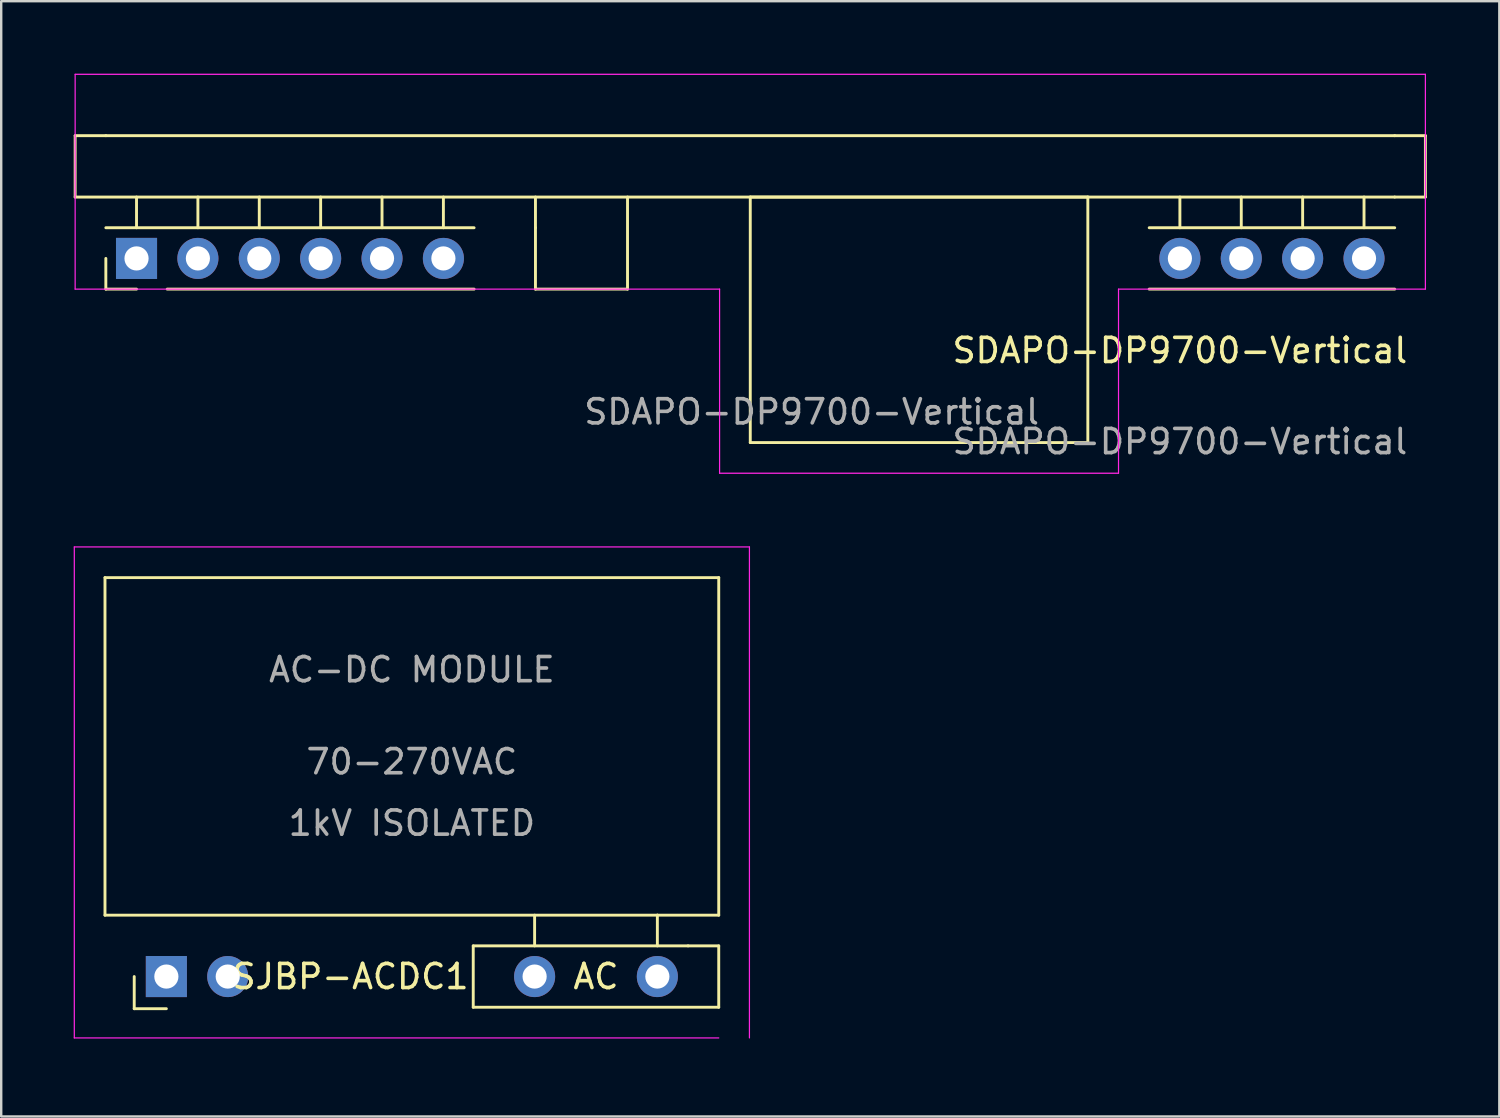
<source format=kicad_pcb>
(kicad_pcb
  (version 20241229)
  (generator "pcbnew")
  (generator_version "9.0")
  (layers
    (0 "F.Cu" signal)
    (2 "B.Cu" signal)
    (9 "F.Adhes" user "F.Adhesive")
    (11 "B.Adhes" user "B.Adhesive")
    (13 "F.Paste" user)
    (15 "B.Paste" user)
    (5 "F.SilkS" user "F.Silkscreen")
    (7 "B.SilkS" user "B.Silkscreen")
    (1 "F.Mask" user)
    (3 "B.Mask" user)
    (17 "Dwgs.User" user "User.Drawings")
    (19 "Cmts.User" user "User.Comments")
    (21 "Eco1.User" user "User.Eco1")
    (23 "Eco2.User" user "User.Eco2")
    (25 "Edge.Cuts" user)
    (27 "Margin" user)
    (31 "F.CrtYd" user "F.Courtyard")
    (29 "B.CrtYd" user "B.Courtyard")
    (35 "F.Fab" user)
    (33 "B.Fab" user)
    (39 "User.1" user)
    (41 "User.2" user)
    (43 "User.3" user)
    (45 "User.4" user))
  (footprint "SJBP-ACDC1"
    (layer "F.Cu")
    (at 15.265 39.905)
    (property "Reference" "SJBP-ACDC1" (at -3.81 -2.54 0) (unlocked yes) (layer "F.SilkS") (effects (font (size 1 1) (thickness 0.15))))
    (fp_line (start -13.97 -19.05) (end 11.43 -19.05) (stroke (width 0.12) (type solid)) (layer "F.SilkS"))
    (fp_line (start -13.97 -5.08) (end -13.97 -19.05) (stroke (width 0.12) (type solid)) (layer "F.SilkS"))
    (fp_line (start -12.76 -1.21) (end -12.76 -2.54) (stroke (width 0.12) (type solid)) (layer "F.SilkS"))
    (fp_line (start -11.43 -1.21) (end -12.76 -1.21) (stroke (width 0.12) (type solid)) (layer "F.SilkS"))
    (fp_line (start 1.27 -3.81) (end 1.27 -1.27) (stroke (width 0.12) (type solid)) (layer "F.SilkS"))
    (fp_line (start 1.27 -1.27) (end 11.43 -1.27) (stroke (width 0.12) (type solid)) (layer "F.SilkS"))
    (fp_line (start 3.81 -3.81) (end 3.81 -5.08) (stroke (width 0.12) (type solid)) (layer "F.SilkS"))
    (fp_line (start 8.89 -5.08) (end -13.97 -5.08) (stroke (width 0.12) (type solid)) (layer "F.SilkS"))
    (fp_line (start 8.89 -3.81) (end 8.89 -5.08) (stroke (width 0.12) (type solid)) (layer "F.SilkS"))
    (fp_line (start 10.16 -3.81) (end 1.27 -3.81) (stroke (width 0.12) (type solid)) (layer "F.SilkS"))
    (fp_line (start 11.43 -19.05) (end 11.43 -5.08) (stroke (width 0.12) (type solid)) (layer "F.SilkS"))
    (fp_line (start 11.43 -5.08) (end 8.89 -5.08) (stroke (width 0.12) (type solid)) (layer "F.SilkS"))
    (fp_line (start 11.43 -3.81) (end 10.16 -3.81) (stroke (width 0.12) (type solid)) (layer "F.SilkS"))
    (fp_line (start 11.43 -1.27) (end 11.43 -3.81) (stroke (width 0.12) (type solid)) (layer "F.SilkS"))
    (fp_line (start -15.24 -20.32) (end -15.24 0) (stroke (width 0.05) (type solid)) (layer "F.CrtYd"))
    (fp_line (start -15.24 -20.32) (end 12.7 -20.32) (stroke (width 0.05) (type solid)) (layer "F.CrtYd"))
    (fp_line (start -15.24 0) (end 11.43 0) (stroke (width 0.05) (type solid)) (layer "F.CrtYd"))
    (fp_line (start 12.7 -20.32) (end 12.7 0) (stroke (width 0.05) (type solid)) (layer "F.CrtYd"))
    (fp_text user "AC" (at 6.35 -2.54 0) (unlocked yes) (layer "F.SilkS") (effects (font (size 1 1) (thickness 0.15))))
    (fp_text user "70-270VAC" (at -1.27 -11.43 0) (unlocked yes) (layer "F.Fab") (effects (font (size 1 1) (thickness 0.15))))
    (fp_text user "1kV ISOLATED" (at -1.27 -8.89 0) (unlocked yes) (layer "F.Fab") (effects (font (size 1 1) (thickness 0.15))))
    (fp_text user "AC-DC MODULE" (at -1.27 -15.24 0) (unlocked yes) (layer "F.Fab") (effects (font (size 1 1) (thickness 0.15))))
    (pad "1" thru_hole rect (at -11.43 -2.54 90) (size 1.7 1.7) (drill 1) (layers "*.Cu" "*.Mask"))
    (pad "2" thru_hole oval (at -8.89 -2.54 90) (size 1.7 1.7) (drill 1) (layers "*.Cu" "*.Mask"))
    (pad "4" thru_hole oval (at 3.81 -2.54 90) (size 1.7 1.7) (drill 1) (layers "*.Cu" "*.Mask"))
    (pad "4" thru_hole oval (at 8.89 -2.54 90) (size 1.7 1.7) (drill 1) (layers "*.Cu" "*.Mask"))
    (zone (net_name "") (layer "F.Cu") (name "KEEPOUT") (hatch edge 0.508) (connect_pads) (min_thickness 0.254) (filled_areas_thickness no) (keepout (tracks allowed) (vias not_allowed) (pads not_allowed) (copperpour not_allowed) (footprints not_allowed)) (placement (enabled no)) (fill) (polygon (pts (xy 26.695 34.825) (xy 7.645 34.825) (xy 7.645 32.285) (xy 3.835 32.285) (xy 3.835 24.665) (xy 1.295 24.665) (xy 1.295 20.855) (xy 26.695 20.855)))))
  (footprint "SDAPO-DP9700-Vertical"
    (layer "F.Cu")
    (at 28 12.725)
    (property "Reference" "SDAPO-DP9700-Vertical" (at 17.78 -1.27 0) (unlocked yes) (layer "F.SilkS") (effects (font (size 1 1) (thickness 0.15))))
    (fp_line (start -27.94 -10.16) (end -27.94 -7.62) (stroke (width 0.12) (type solid)) (layer "F.SilkS"))
    (fp_line (start -27.94 -7.62) (end 26.67 -7.62) (stroke (width 0.12) (type solid)) (layer "F.SilkS"))
    (fp_line (start -26.67 -10.16) (end -27.94 -10.16) (stroke (width 0.12) (type solid)) (layer "F.SilkS"))
    (fp_line (start -26.67 -3.81) (end -26.67 -5.08) (stroke (width 0.12) (type solid)) (layer "F.SilkS"))
    (fp_line (start -25.4 -6.35) (end -25.4 -7.62) (stroke (width 0.12) (type solid)) (layer "F.SilkS"))
    (fp_line (start -25.4 -3.81) (end -26.67 -3.81) (stroke (width 0.12) (type solid)) (layer "F.SilkS"))
    (fp_line (start -22.86 -6.35) (end -22.86 -7.62) (stroke (width 0.12) (type solid)) (layer "F.SilkS"))
    (fp_line (start -20.32 -6.35) (end -20.32 -7.62) (stroke (width 0.12) (type solid)) (layer "F.SilkS"))
    (fp_line (start -17.78 -6.35) (end -17.78 -7.62) (stroke (width 0.12) (type solid)) (layer "F.SilkS"))
    (fp_line (start -15.24 -6.35) (end -15.24 -7.62) (stroke (width 0.12) (type solid)) (layer "F.SilkS"))
    (fp_line (start -12.7 -6.35) (end -12.7 -7.62) (stroke (width 0.12) (type solid)) (layer "F.SilkS"))
    (fp_line (start -11.43 -6.35) (end -26.67 -6.35) (stroke (width 0.12) (type solid)) (layer "F.SilkS"))
    (fp_line (start -11.43 -3.81) (end -24.13 -3.81) (stroke (width 0.12) (type solid)) (layer "F.SilkS"))
    (fp_line (start -8.89 -7.62) (end -8.89 -6.35) (stroke (width 0.12) (type solid)) (layer "F.SilkS"))
    (fp_line (start -8.89 -6.35) (end -8.89 -3.81) (stroke (width 0.12) (type solid)) (layer "F.SilkS"))
    (fp_line (start -8.89 -3.81) (end -5.08 -3.81) (stroke (width 0.12) (type solid)) (layer "F.SilkS"))
    (fp_line (start -5.08 -3.81) (end -5.08 -7.62) (stroke (width 0.12) (type solid)) (layer "F.SilkS"))
    (fp_line (start 0 -7.62) (end 13.97 -7.62) (stroke (width 0.12) (type solid)) (layer "F.SilkS"))
    (fp_line (start 0 2.54) (end 0 -7.62) (stroke (width 0.12) (type solid)) (layer "F.SilkS"))
    (fp_line (start 13.97 -7.62) (end 13.97 2.54) (stroke (width 0.12) (type solid)) (layer "F.SilkS"))
    (fp_line (start 13.97 2.54) (end 0 2.54) (stroke (width 0.12) (type solid)) (layer "F.SilkS"))
    (fp_line (start 17.78 -6.35) (end 17.78 -7.62) (stroke (width 0.12) (type solid)) (layer "F.SilkS"))
    (fp_line (start 20.32 -6.35) (end 20.32 -7.62) (stroke (width 0.12) (type solid)) (layer "F.SilkS"))
    (fp_line (start 22.86 -6.35) (end 22.86 -7.62) (stroke (width 0.12) (type solid)) (layer "F.SilkS"))
    (fp_line (start 25.4 -6.35) (end 25.4 -7.62) (stroke (width 0.12) (type solid)) (layer "F.SilkS"))
    (fp_line (start 26.67 -10.16) (end -26.67 -10.16) (stroke (width 0.12) (type solid)) (layer "F.SilkS"))
    (fp_line (start 26.67 -10.16) (end 27.94 -10.16) (stroke (width 0.12) (type solid)) (layer "F.SilkS"))
    (fp_line (start 26.67 -7.62) (end 27.94 -7.62) (stroke (width 0.12) (type solid)) (layer "F.SilkS"))
    (fp_line (start 26.67 -6.35) (end 16.51 -6.35) (stroke (width 0.12) (type solid)) (layer "F.SilkS"))
    (fp_line (start 26.67 -3.81) (end 16.51 -3.81) (stroke (width 0.12) (type solid)) (layer "F.SilkS"))
    (fp_line (start 27.94 -10.16) (end 27.94 -7.62) (stroke (width 0.12) (type solid)) (layer "F.SilkS"))
    (fp_line (start -27.94 -12.7) (end -27.94 -3.81) (stroke (width 0.05) (type solid)) (layer "F.CrtYd"))
    (fp_line (start -27.94 -3.81) (end -1.27 -3.81) (stroke (width 0.05) (type solid)) (layer "F.CrtYd"))
    (fp_line (start -1.27 -3.81) (end -1.27 3.81) (stroke (width 0.05) (type solid)) (layer "F.CrtYd"))
    (fp_line (start -1.27 3.81) (end 15.24 3.81) (stroke (width 0.05) (type solid)) (layer "F.CrtYd"))
    (fp_line (start 15.24 -3.81) (end 15.24 3.81) (stroke (width 0.05) (type solid)) (layer "F.CrtYd"))
    (fp_line (start 15.24 -3.81) (end 27.94 -3.81) (stroke (width 0.05) (type solid)) (layer "F.CrtYd"))
    (fp_line (start 27.94 -12.7) (end -27.94 -12.7) (stroke (width 0.05) (type solid)) (layer "F.CrtYd"))
    (fp_line (start 27.94 -12.7) (end 27.94 -3.81) (stroke (width 0.05) (type solid)) (layer "F.CrtYd"))
    (fp_text user "${REFERENCE}" (at 17.78 2.5 0) (unlocked yes) (layer "F.Fab") (effects (font (size 1 1) (thickness 0.15))))
    (fp_text user "${REFERENCE}" (at 2.54 1.27 180) (layer "F.Fab") (effects (font (size 1 1) (thickness 0.15))))
    (pad "1" thru_hole rect (at -25.4 -5.08 90) (size 1.7 1.7) (drill 1) (layers "*.Cu" "*.Mask"))
    (pad "2" thru_hole oval (at -22.86 -5.08 90) (size 1.7 1.7) (drill 1) (layers "*.Cu" "*.Mask"))
    (pad "3" thru_hole oval (at -20.32 -5.08 90) (size 1.7 1.7) (drill 1) (layers "*.Cu" "*.Mask"))
    (pad "4" thru_hole oval (at -17.78 -5.08 90) (size 1.7 1.7) (drill 1) (layers "*.Cu" "*.Mask"))
    (pad "5" thru_hole oval (at -15.24 -5.08 90) (size 1.7 1.7) (drill 1) (layers "*.Cu" "*.Mask"))
    (pad "6" thru_hole oval (at -12.7 -5.08 90) (size 1.7 1.7) (drill 1) (layers "*.Cu" "*.Mask"))
    (pad "7" thru_hole oval (at 17.78 -5.08 90) (size 1.7 1.7) (drill 1) (layers "*.Cu" "*.Mask"))
    (pad "8" thru_hole oval (at 20.32 -5.08 90) (size 1.7 1.7) (drill 1) (layers "*.Cu" "*.Mask"))
    (pad "9" thru_hole oval (at 22.86 -5.08 90) (size 1.7 1.7) (drill 1) (layers "*.Cu" "*.Mask"))
    (pad "10" thru_hole oval (at 25.4 -5.08 90) (size 1.7 1.7) (drill 1) (layers "*.Cu" "*.Mask")))
  (gr_rect
    (start -3 -3)
    (end 59 43.155)
    (stroke (width 0.1) (type default))
    (fill no)
    (layer "Edge.Cuts")))
</source>
